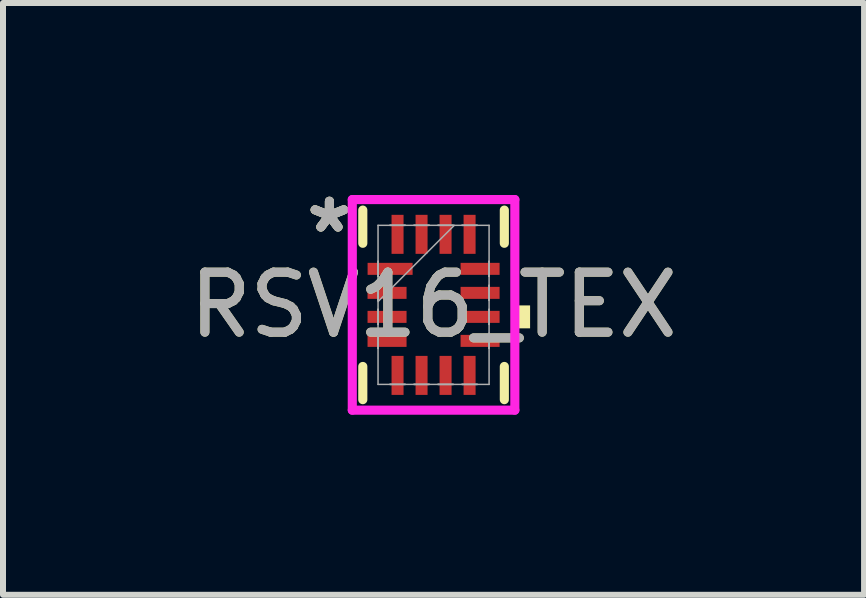
<source format=kicad_pcb>
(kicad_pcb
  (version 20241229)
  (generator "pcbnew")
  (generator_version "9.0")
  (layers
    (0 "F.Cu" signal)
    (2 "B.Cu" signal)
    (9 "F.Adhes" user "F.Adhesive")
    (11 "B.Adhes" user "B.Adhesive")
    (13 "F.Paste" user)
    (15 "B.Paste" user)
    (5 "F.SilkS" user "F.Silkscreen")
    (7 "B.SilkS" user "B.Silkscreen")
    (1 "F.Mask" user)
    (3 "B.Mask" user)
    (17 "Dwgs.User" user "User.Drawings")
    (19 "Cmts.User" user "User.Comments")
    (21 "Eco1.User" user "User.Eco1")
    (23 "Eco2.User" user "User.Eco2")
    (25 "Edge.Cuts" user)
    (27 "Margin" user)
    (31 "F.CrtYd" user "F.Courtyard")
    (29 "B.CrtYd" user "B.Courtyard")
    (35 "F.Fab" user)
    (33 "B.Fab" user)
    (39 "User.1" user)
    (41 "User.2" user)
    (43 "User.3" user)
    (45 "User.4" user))
  (footprint "RSV16_TEX"
    (layer "F.Cu")
    (at 4.173 2.029)
    (property "Reference" "RSV16_TEX" (at 0 0 0) (unlocked yes) (layer "F.SilkS") (effects (font (size 1 1) (thickness 0.15))))
    (attr smd)
    (fp_poly (pts (xy -1.15 -0.75) (xy -1.15 -0.45) (xy -0.4 -0.45) (xy -0.4 -0.75)) (stroke (width 0) (type solid)) (fill yes) (layer "F.Mask"))
    (fp_poly (pts (xy -1.15 -0.35) (xy -1.15 -0.05) (xy -0.4 -0.05) (xy -0.4 -0.35)) (stroke (width 0) (type solid)) (fill yes) (layer "F.Mask"))
    (fp_poly (pts (xy -1.15 0.05) (xy -1.15 0.35) (xy -0.4 0.35) (xy -0.4 0.05)) (stroke (width 0) (type solid)) (fill yes) (layer "F.Mask"))
    (fp_poly (pts (xy -1.15 0.45) (xy -1.15 0.75) (xy -0.4 0.75) (xy -0.4 0.45)) (stroke (width 0) (type solid)) (fill yes) (layer "F.Mask"))
    (fp_poly (pts (xy -0.75 -1.55) (xy -0.75 -0.8) (xy -0.45 -0.8) (xy -0.45 -1.55)) (stroke (width 0) (type solid)) (fill yes) (layer "F.Mask"))
    (fp_poly (pts (xy -0.75 0.8) (xy -0.75 1.55) (xy -0.45 1.55) (xy -0.45 0.8)) (stroke (width 0) (type solid)) (fill yes) (layer "F.Mask"))
    (fp_poly (pts (xy -0.35 -1.55) (xy -0.35 -0.8) (xy -0.05 -0.8) (xy -0.05 -1.55)) (stroke (width 0) (type solid)) (fill yes) (layer "F.Mask"))
    (fp_poly (pts (xy -0.35 0.8) (xy -0.35 1.55) (xy -0.05 1.55) (xy -0.05 0.8)) (stroke (width 0) (type solid)) (fill yes) (layer "F.Mask"))
    (fp_poly (pts (xy 0.05 -1.55) (xy 0.05 -0.8) (xy 0.35 -0.8) (xy 0.35 -1.55)) (stroke (width 0) (type solid)) (fill yes) (layer "F.Mask"))
    (fp_poly (pts (xy 0.05 0.8) (xy 0.05 1.55) (xy 0.35 1.55) (xy 0.35 0.8)) (stroke (width 0) (type solid)) (fill yes) (layer "F.Mask"))
    (fp_poly (pts (xy 0.4 -0.75) (xy 0.4 -0.45) (xy 1.15 -0.45) (xy 1.15 -0.75)) (stroke (width 0) (type solid)) (fill yes) (layer "F.Mask"))
    (fp_poly (pts (xy 0.4 -0.35) (xy 0.4 -0.05) (xy 1.15 -0.05) (xy 1.15 -0.35)) (stroke (width 0) (type solid)) (fill yes) (layer "F.Mask"))
    (fp_poly (pts (xy 0.4 0.05) (xy 0.4 0.35) (xy 1.15 0.35) (xy 1.15 0.05)) (stroke (width 0) (type solid)) (fill yes) (layer "F.Mask"))
    (fp_poly (pts (xy 0.4 0.45) (xy 0.4 0.75) (xy 1.15 0.75) (xy 1.15 0.45)) (stroke (width 0) (type solid)) (fill yes) (layer "F.Mask"))
    (fp_poly (pts (xy 0.45 -1.55) (xy 0.45 -0.8) (xy 0.75 -0.8) (xy 0.75 -1.55)) (stroke (width 0) (type solid)) (fill yes) (layer "F.Mask"))
    (fp_poly (pts (xy 0.45 0.8) (xy 0.45 1.55) (xy 0.75 1.55) (xy 0.75 0.8)) (stroke (width 0) (type solid)) (fill yes) (layer "F.Mask"))
    (fp_line (start -1.179 -1.579) (end -1.179 -1.026) (stroke (width 0.152) (type solid)) (layer "F.SilkS"))
    (fp_line (start -1.179 1.026) (end -1.179 1.579) (stroke (width 0.152) (type solid)) (layer "F.SilkS"))
    (fp_line (start 1.179 -1.026) (end 1.179 -1.579) (stroke (width 0.152) (type solid)) (layer "F.SilkS"))
    (fp_line (start 1.179 1.579) (end 1.179 1.026) (stroke (width 0.152) (type solid)) (layer "F.SilkS"))
    (fp_poly (pts (xy 1.608 0.009) (xy 1.608 0.391) (xy 1.354 0.391) (xy 1.354 0.009)) (stroke (width 0) (type solid)) (fill yes) (layer "F.SilkS"))
    (fp_poly (pts (xy -1.075 -0.675) (xy -1.075 -0.525) (xy -0.475 -0.525) (xy -0.475 -0.675)) (stroke (width 0) (type solid)) (fill yes) (layer "F.Paste"))
    (fp_poly (pts (xy -1.075 -0.275) (xy -1.075 -0.125) (xy -0.475 -0.125) (xy -0.475 -0.275)) (stroke (width 0) (type solid)) (fill yes) (layer "F.Paste"))
    (fp_poly (pts (xy -1.075 0.125) (xy -1.075 0.275) (xy -0.475 0.275) (xy -0.475 0.125)) (stroke (width 0) (type solid)) (fill yes) (layer "F.Paste"))
    (fp_poly (pts (xy -1.075 0.525) (xy -1.075 0.675) (xy -0.475 0.675) (xy -0.475 0.525)) (stroke (width 0) (type solid)) (fill yes) (layer "F.Paste"))
    (fp_poly (pts (xy -0.675 -1.475) (xy -0.675 -0.875) (xy -0.525 -0.875) (xy -0.525 -1.475)) (stroke (width 0) (type solid)) (fill yes) (layer "F.Paste"))
    (fp_poly (pts (xy -0.675 0.875) (xy -0.675 1.475) (xy -0.525 1.475) (xy -0.525 0.875)) (stroke (width 0) (type solid)) (fill yes) (layer "F.Paste"))
    (fp_poly (pts (xy -0.275 -1.475) (xy -0.275 -0.875) (xy -0.125 -0.875) (xy -0.125 -1.475)) (stroke (width 0) (type solid)) (fill yes) (layer "F.Paste"))
    (fp_poly (pts (xy -0.275 0.875) (xy -0.275 1.475) (xy -0.125 1.475) (xy -0.125 0.875)) (stroke (width 0) (type solid)) (fill yes) (layer "F.Paste"))
    (fp_poly (pts (xy 0.125 -1.475) (xy 0.125 -0.875) (xy 0.275 -0.875) (xy 0.275 -1.475)) (stroke (width 0) (type solid)) (fill yes) (layer "F.Paste"))
    (fp_poly (pts (xy 0.125 0.875) (xy 0.125 1.475) (xy 0.275 1.475) (xy 0.275 0.875)) (stroke (width 0) (type solid)) (fill yes) (layer "F.Paste"))
    (fp_poly (pts (xy 0.475 -0.675) (xy 0.475 -0.525) (xy 1.075 -0.525) (xy 1.075 -0.675)) (stroke (width 0) (type solid)) (fill yes) (layer "F.Paste"))
    (fp_poly (pts (xy 0.475 -0.275) (xy 0.475 -0.125) (xy 1.075 -0.125) (xy 1.075 -0.275)) (stroke (width 0) (type solid)) (fill yes) (layer "F.Paste"))
    (fp_poly (pts (xy 0.475 0.125) (xy 0.475 0.275) (xy 1.075 0.275) (xy 1.075 0.125)) (stroke (width 0) (type solid)) (fill yes) (layer "F.Paste"))
    (fp_poly (pts (xy 0.475 0.525) (xy 0.475 0.675) (xy 1.075 0.675) (xy 1.075 0.525)) (stroke (width 0) (type solid)) (fill yes) (layer "F.Paste"))
    (fp_poly (pts (xy 0.525 -1.475) (xy 0.525 -0.875) (xy 0.675 -0.875) (xy 0.675 -1.475)) (stroke (width 0) (type solid)) (fill yes) (layer "F.Paste"))
    (fp_poly (pts (xy 0.525 0.875) (xy 0.525 1.475) (xy 0.675 1.475) (xy 0.675 0.875)) (stroke (width 0) (type solid)) (fill yes) (layer "F.Paste"))
    (fp_line (start -1.354 -1.754) (end 1.354 -1.754) (stroke (width 0.152) (type solid)) (layer "F.CrtYd"))
    (fp_line (start -1.354 1.754) (end -1.354 -1.754) (stroke (width 0.152) (type solid)) (layer "F.CrtYd"))
    (fp_line (start 1.354 -1.754) (end 1.354 1.754) (stroke (width 0.152) (type solid)) (layer "F.CrtYd"))
    (fp_line (start 1.354 1.754) (end -1.354 1.754) (stroke (width 0.152) (type solid)) (layer "F.CrtYd"))
    (fp_line (start -0.925 -1.325) (end -0.925 1.325) (stroke (width 0.025) (type solid)) (layer "F.Fab"))
    (fp_line (start -0.925 -0.725) (end -0.925 -0.725) (stroke (width 0.025) (type solid)) (layer "F.Fab"))
    (fp_line (start -0.925 -0.725) (end -0.925 -0.475) (stroke (width 0.025) (type solid)) (layer "F.Fab"))
    (fp_line (start -0.925 -0.475) (end -0.925 -0.725) (stroke (width 0.025) (type solid)) (layer "F.Fab"))
    (fp_line (start -0.925 -0.475) (end -0.925 -0.475) (stroke (width 0.025) (type solid)) (layer "F.Fab"))
    (fp_line (start -0.925 -0.325) (end -0.925 -0.325) (stroke (width 0.025) (type solid)) (layer "F.Fab"))
    (fp_line (start -0.925 -0.325) (end -0.925 -0.075) (stroke (width 0.025) (type solid)) (layer "F.Fab"))
    (fp_line (start -0.925 -0.075) (end -0.925 -0.325) (stroke (width 0.025) (type solid)) (layer "F.Fab"))
    (fp_line (start -0.925 -0.075) (end -0.925 -0.075) (stroke (width 0.025) (type solid)) (layer "F.Fab"))
    (fp_line (start -0.925 -0.055) (end 0.345 -1.325) (stroke (width 0.025) (type solid)) (layer "F.Fab"))
    (fp_line (start -0.925 0.075) (end -0.925 0.075) (stroke (width 0.025) (type solid)) (layer "F.Fab"))
    (fp_line (start -0.925 0.075) (end -0.925 0.325) (stroke (width 0.025) (type solid)) (layer "F.Fab"))
    (fp_line (start -0.925 0.325) (end -0.925 0.075) (stroke (width 0.025) (type solid)) (layer "F.Fab"))
    (fp_line (start -0.925 0.325) (end -0.925 0.325) (stroke (width 0.025) (type solid)) (layer "F.Fab"))
    (fp_line (start -0.925 0.475) (end -0.925 0.475) (stroke (width 0.025) (type solid)) (layer "F.Fab"))
    (fp_line (start -0.925 0.475) (end -0.925 0.725) (stroke (width 0.025) (type solid)) (layer "F.Fab"))
    (fp_line (start -0.925 0.725) (end -0.925 0.475) (stroke (width 0.025) (type solid)) (layer "F.Fab"))
    (fp_line (start -0.925 0.725) (end -0.925 0.725) (stroke (width 0.025) (type solid)) (layer "F.Fab"))
    (fp_line (start -0.925 1.325) (end 0.925 1.325) (stroke (width 0.025) (type solid)) (layer "F.Fab"))
    (fp_line (start -0.725 -1.325) (end -0.725 -1.325) (stroke (width 0.025) (type solid)) (layer "F.Fab"))
    (fp_line (start -0.725 -1.325) (end -0.475 -1.325) (stroke (width 0.025) (type solid)) (layer "F.Fab"))
    (fp_line (start -0.725 1.325) (end -0.725 1.325) (stroke (width 0.025) (type solid)) (layer "F.Fab"))
    (fp_line (start -0.725 1.325) (end -0.475 1.325) (stroke (width 0.025) (type solid)) (layer "F.Fab"))
    (fp_line (start -0.475 -1.325) (end -0.725 -1.325) (stroke (width 0.025) (type solid)) (layer "F.Fab"))
    (fp_line (start -0.475 -1.325) (end -0.475 -1.325) (stroke (width 0.025) (type solid)) (layer "F.Fab"))
    (fp_line (start -0.475 1.325) (end -0.725 1.325) (stroke (width 0.025) (type solid)) (layer "F.Fab"))
    (fp_line (start -0.475 1.325) (end -0.475 1.325) (stroke (width 0.025) (type solid)) (layer "F.Fab"))
    (fp_line (start -0.325 -1.325) (end -0.325 -1.325) (stroke (width 0.025) (type solid)) (layer "F.Fab"))
    (fp_line (start -0.325 -1.325) (end -0.075 -1.325) (stroke (width 0.025) (type solid)) (layer "F.Fab"))
    (fp_line (start -0.325 1.325) (end -0.325 1.325) (stroke (width 0.025) (type solid)) (layer "F.Fab"))
    (fp_line (start -0.325 1.325) (end -0.075 1.325) (stroke (width 0.025) (type solid)) (layer "F.Fab"))
    (fp_line (start -0.075 -1.325) (end -0.325 -1.325) (stroke (width 0.025) (type solid)) (layer "F.Fab"))
    (fp_line (start -0.075 -1.325) (end -0.075 -1.325) (stroke (width 0.025) (type solid)) (layer "F.Fab"))
    (fp_line (start -0.075 1.325) (end -0.325 1.325) (stroke (width 0.025) (type solid)) (layer "F.Fab"))
    (fp_line (start -0.075 1.325) (end -0.075 1.325) (stroke (width 0.025) (type solid)) (layer "F.Fab"))
    (fp_line (start 0.075 -1.325) (end 0.075 -1.325) (stroke (width 0.025) (type solid)) (layer "F.Fab"))
    (fp_line (start 0.075 -1.325) (end 0.325 -1.325) (stroke (width 0.025) (type solid)) (layer "F.Fab"))
    (fp_line (start 0.075 1.325) (end 0.075 1.325) (stroke (width 0.025) (type solid)) (layer "F.Fab"))
    (fp_line (start 0.075 1.325) (end 0.325 1.325) (stroke (width 0.025) (type solid)) (layer "F.Fab"))
    (fp_line (start 0.325 -1.325) (end 0.075 -1.325) (stroke (width 0.025) (type solid)) (layer "F.Fab"))
    (fp_line (start 0.325 -1.325) (end 0.325 -1.325) (stroke (width 0.025) (type solid)) (layer "F.Fab"))
    (fp_line (start 0.325 1.325) (end 0.075 1.325) (stroke (width 0.025) (type solid)) (layer "F.Fab"))
    (fp_line (start 0.325 1.325) (end 0.325 1.325) (stroke (width 0.025) (type solid)) (layer "F.Fab"))
    (fp_line (start 0.475 -1.325) (end 0.475 -1.325) (stroke (width 0.025) (type solid)) (layer "F.Fab"))
    (fp_line (start 0.475 -1.325) (end 0.725 -1.325) (stroke (width 0.025) (type solid)) (layer "F.Fab"))
    (fp_line (start 0.475 1.325) (end 0.475 1.325) (stroke (width 0.025) (type solid)) (layer "F.Fab"))
    (fp_line (start 0.475 1.325) (end 0.725 1.325) (stroke (width 0.025) (type solid)) (layer "F.Fab"))
    (fp_line (start 0.725 -1.325) (end 0.475 -1.325) (stroke (width 0.025) (type solid)) (layer "F.Fab"))
    (fp_line (start 0.725 -1.325) (end 0.725 -1.325) (stroke (width 0.025) (type solid)) (layer "F.Fab"))
    (fp_line (start 0.725 1.325) (end 0.475 1.325) (stroke (width 0.025) (type solid)) (layer "F.Fab"))
    (fp_line (start 0.725 1.325) (end 0.725 1.325) (stroke (width 0.025) (type solid)) (layer "F.Fab"))
    (fp_line (start 0.925 -1.325) (end -0.925 -1.325) (stroke (width 0.025) (type solid)) (layer "F.Fab"))
    (fp_line (start 0.925 -0.725) (end 0.925 -0.725) (stroke (width 0.025) (type solid)) (layer "F.Fab"))
    (fp_line (start 0.925 -0.725) (end 0.925 -0.475) (stroke (width 0.025) (type solid)) (layer "F.Fab"))
    (fp_line (start 0.925 -0.475) (end 0.925 -0.725) (stroke (width 0.025) (type solid)) (layer "F.Fab"))
    (fp_line (start 0.925 -0.475) (end 0.925 -0.475) (stroke (width 0.025) (type solid)) (layer "F.Fab"))
    (fp_line (start 0.925 -0.325) (end 0.925 -0.325) (stroke (width 0.025) (type solid)) (layer "F.Fab"))
    (fp_line (start 0.925 -0.325) (end 0.925 -0.075) (stroke (width 0.025) (type solid)) (layer "F.Fab"))
    (fp_line (start 0.925 -0.075) (end 0.925 -0.325) (stroke (width 0.025) (type solid)) (layer "F.Fab"))
    (fp_line (start 0.925 -0.075) (end 0.925 -0.075) (stroke (width 0.025) (type solid)) (layer "F.Fab"))
    (fp_line (start 0.925 0.075) (end 0.925 0.075) (stroke (width 0.025) (type solid)) (layer "F.Fab"))
    (fp_line (start 0.925 0.075) (end 0.925 0.325) (stroke (width 0.025) (type solid)) (layer "F.Fab"))
    (fp_line (start 0.925 0.325) (end 0.925 0.075) (stroke (width 0.025) (type solid)) (layer "F.Fab"))
    (fp_line (start 0.925 0.325) (end 0.925 0.325) (stroke (width 0.025) (type solid)) (layer "F.Fab"))
    (fp_line (start 0.925 0.475) (end 0.925 0.475) (stroke (width 0.025) (type solid)) (layer "F.Fab"))
    (fp_line (start 0.925 0.475) (end 0.925 0.725) (stroke (width 0.025) (type solid)) (layer "F.Fab"))
    (fp_line (start 0.925 0.725) (end 0.925 0.475) (stroke (width 0.025) (type solid)) (layer "F.Fab"))
    (fp_line (start 0.925 0.725) (end 0.925 0.725) (stroke (width 0.025) (type solid)) (layer "F.Fab"))
    (fp_line (start 0.925 1.325) (end 0.925 -1.325) (stroke (width 0.025) (type solid)) (layer "F.Fab"))
    (fp_text user "*" (at -1.735 -1.181 0) (unlocked yes) (layer "F.SilkS") (effects (font (size 1 1) (thickness 0.15))))
    (fp_text user "*" (at -1.735 -1.181 0) (layer "F.SilkS") (effects (font (size 1 1) (thickness 0.15))))
    (fp_text user "*" (at -1.735 -1.181 0) (unlocked yes) (layer "F.Fab") (effects (font (size 1 1) (thickness 0.15))))
    (fp_text user "*" (at -1.735 -1.181 0) (layer "F.Fab") (effects (font (size 1 1) (thickness 0.15))))
    (fp_text user "${REFERENCE}" (at 0 0 0) (unlocked yes) (layer "F.Fab") (effects (font (size 1 1) (thickness 0.15))))
    (pad "1" smd rect (at -0.724 -0.6 90) (size 0.2 0.75) (layers "F.Cu" "F.Mask" "F.Paste"))
    (pad "2" smd rect (at -0.775 -0.2 90) (size 0.2 0.65) (layers "F.Cu" "F.Mask"))
    (pad "3" smd rect (at -0.775 0.2 90) (size 0.2 0.65) (layers "F.Cu" "F.Mask"))
    (pad "4" smd rect (at -0.775 0.6 90) (size 0.2 0.65) (layers "F.Cu" "F.Mask"))
    (pad "5" smd rect (at -0.6 1.175) (size 0.2 0.65) (layers "F.Cu" "F.Mask"))
    (pad "6" smd rect (at -0.2 1.175) (size 0.2 0.65) (layers "F.Cu" "F.Mask"))
    (pad "7" smd rect (at 0.2 1.175) (size 0.2 0.65) (layers "F.Cu" "F.Mask"))
    (pad "8" smd rect (at 0.6 1.175) (size 0.2 0.65) (layers "F.Cu" "F.Mask"))
    (pad "9" smd rect (at 0.775 0.6 90) (size 0.2 0.65) (layers "F.Cu" "F.Mask"))
    (pad "10" smd rect (at 0.775 0.2 90) (size 0.2 0.65) (layers "F.Cu" "F.Mask"))
    (pad "11" smd rect (at 0.775 -0.2 90) (size 0.2 0.65) (layers "F.Cu" "F.Mask"))
    (pad "12" smd rect (at 0.775 -0.6 90) (size 0.2 0.65) (layers "F.Cu" "F.Mask"))
    (pad "13" smd rect (at 0.6 -1.175) (size 0.2 0.65) (layers "F.Cu" "F.Mask"))
    (pad "14" smd rect (at 0.2 -1.175) (size 0.2 0.65) (layers "F.Cu" "F.Mask"))
    (pad "15" smd rect (at -0.2 -1.175) (size 0.2 0.65) (layers "F.Cu" "F.Mask"))
    (pad "16" smd rect (at -0.6 -1.175) (size 0.2 0.65) (layers "F.Cu" "F.Mask")))
  (gr_rect
    (start -3 -3)
    (end 11.345 6.859)
    (stroke (width 0.1) (type default))
    (fill no)
    (layer "Edge.Cuts")))
</source>
